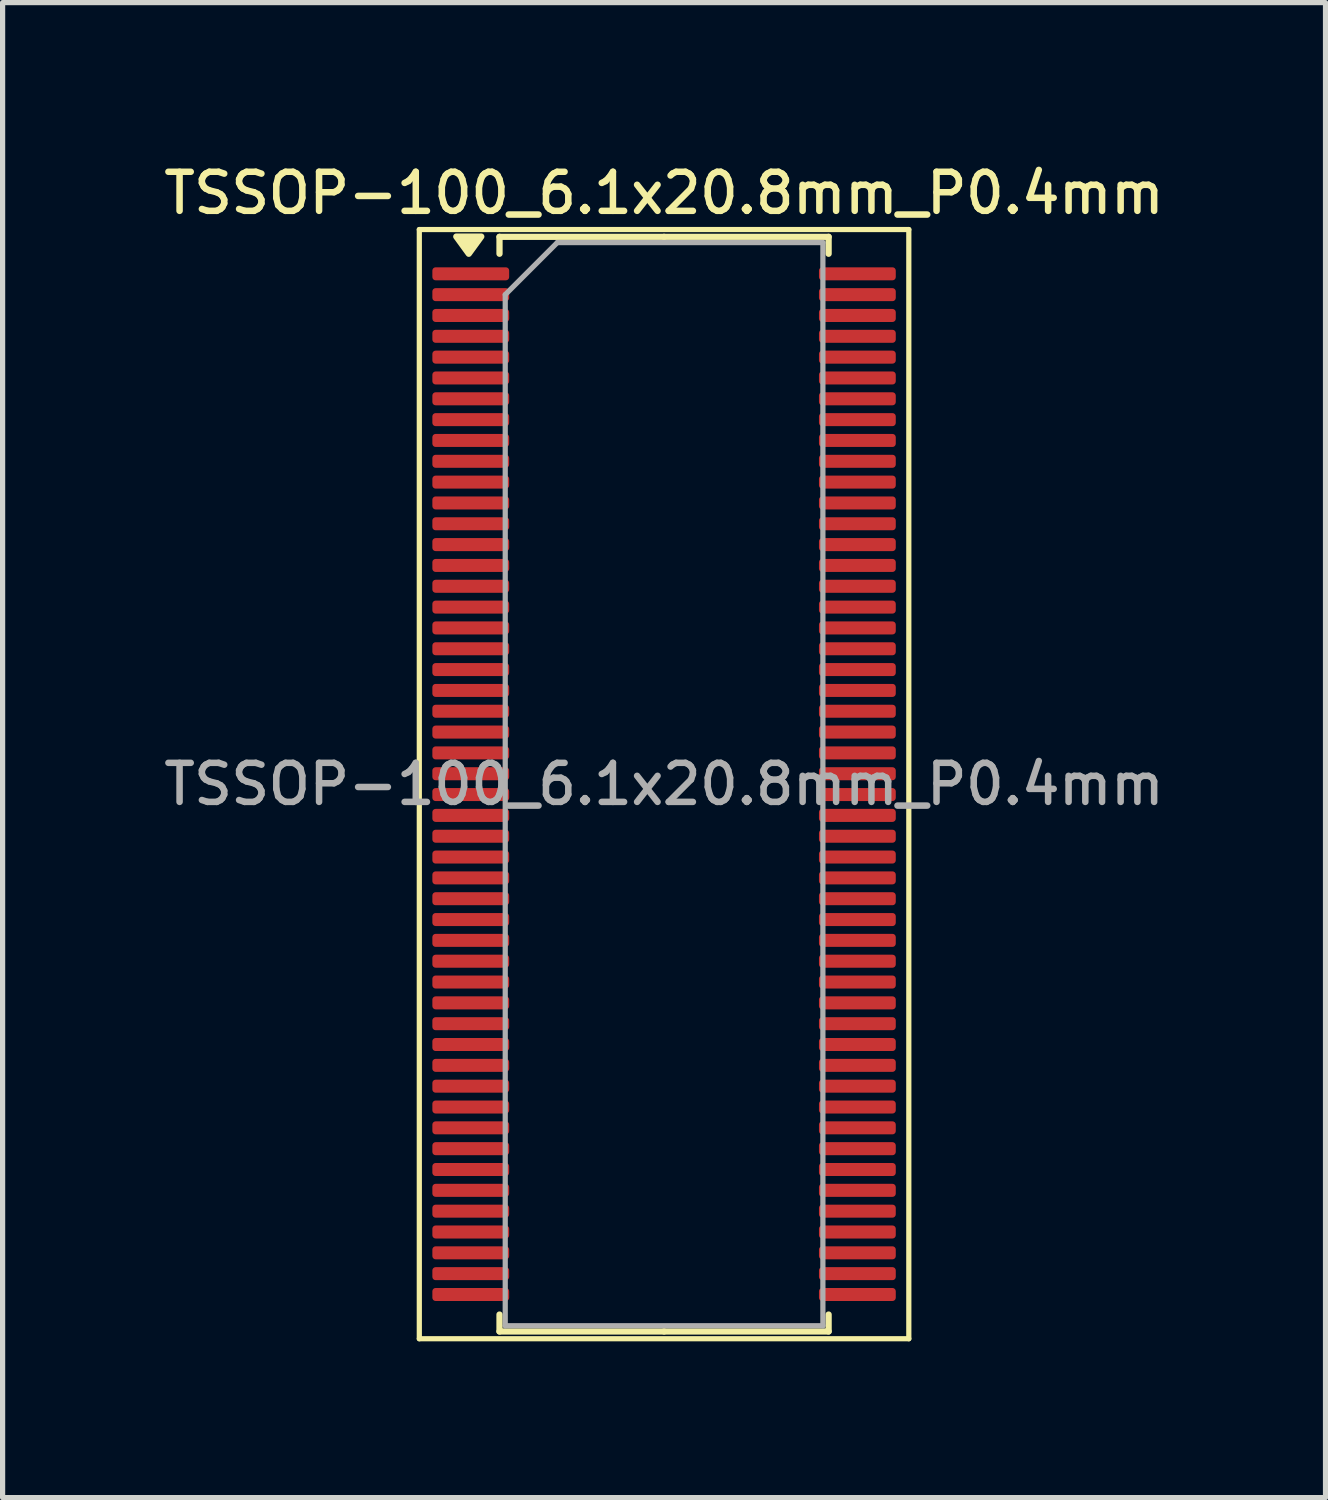
<source format=kicad_pcb>
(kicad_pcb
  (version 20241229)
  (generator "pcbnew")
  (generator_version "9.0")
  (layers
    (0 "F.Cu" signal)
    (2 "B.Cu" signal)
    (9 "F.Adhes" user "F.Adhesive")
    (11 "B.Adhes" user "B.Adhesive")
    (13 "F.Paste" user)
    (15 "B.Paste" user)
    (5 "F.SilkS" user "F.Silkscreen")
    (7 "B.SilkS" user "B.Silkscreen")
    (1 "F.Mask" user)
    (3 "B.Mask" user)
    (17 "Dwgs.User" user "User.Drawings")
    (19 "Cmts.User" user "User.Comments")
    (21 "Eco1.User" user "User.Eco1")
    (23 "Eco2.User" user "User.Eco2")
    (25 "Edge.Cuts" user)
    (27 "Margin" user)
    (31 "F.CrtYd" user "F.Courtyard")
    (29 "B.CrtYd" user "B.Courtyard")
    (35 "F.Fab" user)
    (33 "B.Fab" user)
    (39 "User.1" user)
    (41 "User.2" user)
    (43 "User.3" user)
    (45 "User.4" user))
  (footprint "TSSOP-100_6.1x20.8mm_P0.4mm"
    (layer "F.Cu")
    (at 9.702 12.008)
    (property "Reference" "TSSOP-100_6.1x20.8mm_P0.4mm" (at 0 -11.35 0) (layer "F.SilkS") (effects (font (size 0.75 0.75) (thickness 0.125))))
    (attr smd)
    (fp_line (start -4.7 -10.65) (end -4.7 10.65) (stroke (width 0.1) (type solid)) (layer "F.SilkS"))
    (fp_line (start -4.7 10.65) (end 4.7 10.65) (stroke (width 0.1) (type solid)) (layer "F.SilkS"))
    (fp_line (start -3.16 -10.51) (end -3.16 -10.185) (stroke (width 0.12) (type solid)) (layer "F.SilkS"))
    (fp_line (start -3.16 10.51) (end -3.16 10.185) (stroke (width 0.12) (type solid)) (layer "F.SilkS"))
    (fp_line (start 0 -10.51) (end -3.16 -10.51) (stroke (width 0.12) (type solid)) (layer "F.SilkS"))
    (fp_line (start 0 -10.51) (end 3.16 -10.51) (stroke (width 0.12) (type solid)) (layer "F.SilkS"))
    (fp_line (start 0 10.51) (end -3.16 10.51) (stroke (width 0.12) (type solid)) (layer "F.SilkS"))
    (fp_line (start 0 10.51) (end 3.16 10.51) (stroke (width 0.12) (type solid)) (layer "F.SilkS"))
    (fp_line (start 3.16 -10.51) (end 3.16 -10.185) (stroke (width 0.12) (type solid)) (layer "F.SilkS"))
    (fp_line (start 3.16 10.51) (end 3.16 10.185) (stroke (width 0.12) (type solid)) (layer "F.SilkS"))
    (fp_line (start 4.7 -10.65) (end -4.7 -10.65) (stroke (width 0.1) (type solid)) (layer "F.SilkS"))
    (fp_line (start 4.7 10.65) (end 4.7 -10.65) (stroke (width 0.1) (type solid)) (layer "F.SilkS"))
    (fp_poly (pts (xy -3.75 -10.185) (xy -3.99 -10.515) (xy -3.51 -10.515) (xy -3.75 -10.185)) (stroke (width 0.12) (type solid)) (fill yes) (layer "F.SilkS"))
    (fp_line (start -3.05 -9.4) (end -2.05 -10.4) (stroke (width 0.1) (type solid)) (layer "F.Fab"))
    (fp_line (start -3.05 10.4) (end -3.05 -9.4) (stroke (width 0.1) (type solid)) (layer "F.Fab"))
    (fp_line (start -2.05 -10.4) (end 3.05 -10.4) (stroke (width 0.1) (type solid)) (layer "F.Fab"))
    (fp_line (start 3.05 -10.4) (end 3.05 10.4) (stroke (width 0.1) (type solid)) (layer "F.Fab"))
    (fp_line (start 3.05 10.4) (end -3.05 10.4) (stroke (width 0.1) (type solid)) (layer "F.Fab"))
    (fp_text user "${REFERENCE}" (at 0 0 0) (layer "F.Fab") (effects (font (size 0.75 0.75) (thickness 0.125))))
    (pad "1" smd roundrect (at -3.712 -9.8) (size 1.475 0.25) (layers "F.Cu" "F.Mask" "F.Paste") (roundrect_rratio 0.25))
    (pad "2" smd roundrect (at -3.712 -9.4) (size 1.475 0.25) (layers "F.Cu" "F.Mask" "F.Paste") (roundrect_rratio 0.25))
    (pad "3" smd roundrect (at -3.712 -9) (size 1.475 0.25) (layers "F.Cu" "F.Mask" "F.Paste") (roundrect_rratio 0.25))
    (pad "4" smd roundrect (at -3.712 -8.6) (size 1.475 0.25) (layers "F.Cu" "F.Mask" "F.Paste") (roundrect_rratio 0.25))
    (pad "5" smd roundrect (at -3.712 -8.2) (size 1.475 0.25) (layers "F.Cu" "F.Mask" "F.Paste") (roundrect_rratio 0.25))
    (pad "6" smd roundrect (at -3.712 -7.8) (size 1.475 0.25) (layers "F.Cu" "F.Mask" "F.Paste") (roundrect_rratio 0.25))
    (pad "7" smd roundrect (at -3.712 -7.4) (size 1.475 0.25) (layers "F.Cu" "F.Mask" "F.Paste") (roundrect_rratio 0.25))
    (pad "8" smd roundrect (at -3.712 -7) (size 1.475 0.25) (layers "F.Cu" "F.Mask" "F.Paste") (roundrect_rratio 0.25))
    (pad "9" smd roundrect (at -3.712 -6.6) (size 1.475 0.25) (layers "F.Cu" "F.Mask" "F.Paste") (roundrect_rratio 0.25))
    (pad "10" smd roundrect (at -3.712 -6.2) (size 1.475 0.25) (layers "F.Cu" "F.Mask" "F.Paste") (roundrect_rratio 0.25))
    (pad "11" smd roundrect (at -3.712 -5.8) (size 1.475 0.25) (layers "F.Cu" "F.Mask" "F.Paste") (roundrect_rratio 0.25))
    (pad "12" smd roundrect (at -3.712 -5.4) (size 1.475 0.25) (layers "F.Cu" "F.Mask" "F.Paste") (roundrect_rratio 0.25))
    (pad "13" smd roundrect (at -3.712 -5) (size 1.475 0.25) (layers "F.Cu" "F.Mask" "F.Paste") (roundrect_rratio 0.25))
    (pad "14" smd roundrect (at -3.712 -4.6) (size 1.475 0.25) (layers "F.Cu" "F.Mask" "F.Paste") (roundrect_rratio 0.25))
    (pad "15" smd roundrect (at -3.712 -4.2) (size 1.475 0.25) (layers "F.Cu" "F.Mask" "F.Paste") (roundrect_rratio 0.25))
    (pad "16" smd roundrect (at -3.712 -3.8) (size 1.475 0.25) (layers "F.Cu" "F.Mask" "F.Paste") (roundrect_rratio 0.25))
    (pad "17" smd roundrect (at -3.712 -3.4) (size 1.475 0.25) (layers "F.Cu" "F.Mask" "F.Paste") (roundrect_rratio 0.25))
    (pad "18" smd roundrect (at -3.712 -3) (size 1.475 0.25) (layers "F.Cu" "F.Mask" "F.Paste") (roundrect_rratio 0.25))
    (pad "19" smd roundrect (at -3.712 -2.6) (size 1.475 0.25) (layers "F.Cu" "F.Mask" "F.Paste") (roundrect_rratio 0.25))
    (pad "20" smd roundrect (at -3.712 -2.2) (size 1.475 0.25) (layers "F.Cu" "F.Mask" "F.Paste") (roundrect_rratio 0.25))
    (pad "21" smd roundrect (at -3.712 -1.8) (size 1.475 0.25) (layers "F.Cu" "F.Mask" "F.Paste") (roundrect_rratio 0.25))
    (pad "22" smd roundrect (at -3.712 -1.4) (size 1.475 0.25) (layers "F.Cu" "F.Mask" "F.Paste") (roundrect_rratio 0.25))
    (pad "23" smd roundrect (at -3.712 -1) (size 1.475 0.25) (layers "F.Cu" "F.Mask" "F.Paste") (roundrect_rratio 0.25))
    (pad "24" smd roundrect (at -3.712 -0.6) (size 1.475 0.25) (layers "F.Cu" "F.Mask" "F.Paste") (roundrect_rratio 0.25))
    (pad "25" smd roundrect (at -3.712 -0.2) (size 1.475 0.25) (layers "F.Cu" "F.Mask" "F.Paste") (roundrect_rratio 0.25))
    (pad "26" smd roundrect (at -3.712 0.2) (size 1.475 0.25) (layers "F.Cu" "F.Mask" "F.Paste") (roundrect_rratio 0.25))
    (pad "27" smd roundrect (at -3.712 0.6) (size 1.475 0.25) (layers "F.Cu" "F.Mask" "F.Paste") (roundrect_rratio 0.25))
    (pad "28" smd roundrect (at -3.712 1) (size 1.475 0.25) (layers "F.Cu" "F.Mask" "F.Paste") (roundrect_rratio 0.25))
    (pad "29" smd roundrect (at -3.712 1.4) (size 1.475 0.25) (layers "F.Cu" "F.Mask" "F.Paste") (roundrect_rratio 0.25))
    (pad "30" smd roundrect (at -3.712 1.8) (size 1.475 0.25) (layers "F.Cu" "F.Mask" "F.Paste") (roundrect_rratio 0.25))
    (pad "31" smd roundrect (at -3.712 2.2) (size 1.475 0.25) (layers "F.Cu" "F.Mask" "F.Paste") (roundrect_rratio 0.25))
    (pad "32" smd roundrect (at -3.712 2.6) (size 1.475 0.25) (layers "F.Cu" "F.Mask" "F.Paste") (roundrect_rratio 0.25))
    (pad "33" smd roundrect (at -3.712 3) (size 1.475 0.25) (layers "F.Cu" "F.Mask" "F.Paste") (roundrect_rratio 0.25))
    (pad "34" smd roundrect (at -3.712 3.4) (size 1.475 0.25) (layers "F.Cu" "F.Mask" "F.Paste") (roundrect_rratio 0.25))
    (pad "35" smd roundrect (at -3.712 3.8) (size 1.475 0.25) (layers "F.Cu" "F.Mask" "F.Paste") (roundrect_rratio 0.25))
    (pad "36" smd roundrect (at -3.712 4.2) (size 1.475 0.25) (layers "F.Cu" "F.Mask" "F.Paste") (roundrect_rratio 0.25))
    (pad "37" smd roundrect (at -3.712 4.6) (size 1.475 0.25) (layers "F.Cu" "F.Mask" "F.Paste") (roundrect_rratio 0.25))
    (pad "38" smd roundrect (at -3.712 5) (size 1.475 0.25) (layers "F.Cu" "F.Mask" "F.Paste") (roundrect_rratio 0.25))
    (pad "39" smd roundrect (at -3.712 5.4) (size 1.475 0.25) (layers "F.Cu" "F.Mask" "F.Paste") (roundrect_rratio 0.25))
    (pad "40" smd roundrect (at -3.712 5.8) (size 1.475 0.25) (layers "F.Cu" "F.Mask" "F.Paste") (roundrect_rratio 0.25))
    (pad "41" smd roundrect (at -3.712 6.2) (size 1.475 0.25) (layers "F.Cu" "F.Mask" "F.Paste") (roundrect_rratio 0.25))
    (pad "42" smd roundrect (at -3.712 6.6) (size 1.475 0.25) (layers "F.Cu" "F.Mask" "F.Paste") (roundrect_rratio 0.25))
    (pad "43" smd roundrect (at -3.712 7) (size 1.475 0.25) (layers "F.Cu" "F.Mask" "F.Paste") (roundrect_rratio 0.25))
    (pad "44" smd roundrect (at -3.712 7.4) (size 1.475 0.25) (layers "F.Cu" "F.Mask" "F.Paste") (roundrect_rratio 0.25))
    (pad "45" smd roundrect (at -3.712 7.8) (size 1.475 0.25) (layers "F.Cu" "F.Mask" "F.Paste") (roundrect_rratio 0.25))
    (pad "46" smd roundrect (at -3.712 8.2) (size 1.475 0.25) (layers "F.Cu" "F.Mask" "F.Paste") (roundrect_rratio 0.25))
    (pad "47" smd roundrect (at -3.712 8.6) (size 1.475 0.25) (layers "F.Cu" "F.Mask" "F.Paste") (roundrect_rratio 0.25))
    (pad "48" smd roundrect (at -3.712 9) (size 1.475 0.25) (layers "F.Cu" "F.Mask" "F.Paste") (roundrect_rratio 0.25))
    (pad "49" smd roundrect (at -3.712 9.4) (size 1.475 0.25) (layers "F.Cu" "F.Mask" "F.Paste") (roundrect_rratio 0.25))
    (pad "50" smd roundrect (at -3.712 9.8) (size 1.475 0.25) (layers "F.Cu" "F.Mask" "F.Paste") (roundrect_rratio 0.25))
    (pad "51" smd roundrect (at 3.712 9.8) (size 1.475 0.25) (layers "F.Cu" "F.Mask" "F.Paste") (roundrect_rratio 0.25))
    (pad "52" smd roundrect (at 3.712 9.4) (size 1.475 0.25) (layers "F.Cu" "F.Mask" "F.Paste") (roundrect_rratio 0.25))
    (pad "53" smd roundrect (at 3.712 9) (size 1.475 0.25) (layers "F.Cu" "F.Mask" "F.Paste") (roundrect_rratio 0.25))
    (pad "54" smd roundrect (at 3.712 8.6) (size 1.475 0.25) (layers "F.Cu" "F.Mask" "F.Paste") (roundrect_rratio 0.25))
    (pad "55" smd roundrect (at 3.712 8.2) (size 1.475 0.25) (layers "F.Cu" "F.Mask" "F.Paste") (roundrect_rratio 0.25))
    (pad "56" smd roundrect (at 3.712 7.8) (size 1.475 0.25) (layers "F.Cu" "F.Mask" "F.Paste") (roundrect_rratio 0.25))
    (pad "57" smd roundrect (at 3.712 7.4) (size 1.475 0.25) (layers "F.Cu" "F.Mask" "F.Paste") (roundrect_rratio 0.25))
    (pad "58" smd roundrect (at 3.712 7) (size 1.475 0.25) (layers "F.Cu" "F.Mask" "F.Paste") (roundrect_rratio 0.25))
    (pad "59" smd roundrect (at 3.712 6.6) (size 1.475 0.25) (layers "F.Cu" "F.Mask" "F.Paste") (roundrect_rratio 0.25))
    (pad "60" smd roundrect (at 3.712 6.2) (size 1.475 0.25) (layers "F.Cu" "F.Mask" "F.Paste") (roundrect_rratio 0.25))
    (pad "61" smd roundrect (at 3.712 5.8) (size 1.475 0.25) (layers "F.Cu" "F.Mask" "F.Paste") (roundrect_rratio 0.25))
    (pad "62" smd roundrect (at 3.712 5.4) (size 1.475 0.25) (layers "F.Cu" "F.Mask" "F.Paste") (roundrect_rratio 0.25))
    (pad "63" smd roundrect (at 3.712 5) (size 1.475 0.25) (layers "F.Cu" "F.Mask" "F.Paste") (roundrect_rratio 0.25))
    (pad "64" smd roundrect (at 3.712 4.6) (size 1.475 0.25) (layers "F.Cu" "F.Mask" "F.Paste") (roundrect_rratio 0.25))
    (pad "65" smd roundrect (at 3.712 4.2) (size 1.475 0.25) (layers "F.Cu" "F.Mask" "F.Paste") (roundrect_rratio 0.25))
    (pad "66" smd roundrect (at 3.712 3.8) (size 1.475 0.25) (layers "F.Cu" "F.Mask" "F.Paste") (roundrect_rratio 0.25))
    (pad "67" smd roundrect (at 3.712 3.4) (size 1.475 0.25) (layers "F.Cu" "F.Mask" "F.Paste") (roundrect_rratio 0.25))
    (pad "68" smd roundrect (at 3.712 3) (size 1.475 0.25) (layers "F.Cu" "F.Mask" "F.Paste") (roundrect_rratio 0.25))
    (pad "69" smd roundrect (at 3.712 2.6) (size 1.475 0.25) (layers "F.Cu" "F.Mask" "F.Paste") (roundrect_rratio 0.25))
    (pad "70" smd roundrect (at 3.712 2.2) (size 1.475 0.25) (layers "F.Cu" "F.Mask" "F.Paste") (roundrect_rratio 0.25))
    (pad "71" smd roundrect (at 3.712 1.8) (size 1.475 0.25) (layers "F.Cu" "F.Mask" "F.Paste") (roundrect_rratio 0.25))
    (pad "72" smd roundrect (at 3.712 1.4) (size 1.475 0.25) (layers "F.Cu" "F.Mask" "F.Paste") (roundrect_rratio 0.25))
    (pad "73" smd roundrect (at 3.712 1) (size 1.475 0.25) (layers "F.Cu" "F.Mask" "F.Paste") (roundrect_rratio 0.25))
    (pad "74" smd roundrect (at 3.712 0.6) (size 1.475 0.25) (layers "F.Cu" "F.Mask" "F.Paste") (roundrect_rratio 0.25))
    (pad "75" smd roundrect (at 3.712 0.2) (size 1.475 0.25) (layers "F.Cu" "F.Mask" "F.Paste") (roundrect_rratio 0.25))
    (pad "76" smd roundrect (at 3.712 -0.2) (size 1.475 0.25) (layers "F.Cu" "F.Mask" "F.Paste") (roundrect_rratio 0.25))
    (pad "77" smd roundrect (at 3.712 -0.6) (size 1.475 0.25) (layers "F.Cu" "F.Mask" "F.Paste") (roundrect_rratio 0.25))
    (pad "78" smd roundrect (at 3.712 -1) (size 1.475 0.25) (layers "F.Cu" "F.Mask" "F.Paste") (roundrect_rratio 0.25))
    (pad "79" smd roundrect (at 3.712 -1.4) (size 1.475 0.25) (layers "F.Cu" "F.Mask" "F.Paste") (roundrect_rratio 0.25))
    (pad "80" smd roundrect (at 3.712 -1.8) (size 1.475 0.25) (layers "F.Cu" "F.Mask" "F.Paste") (roundrect_rratio 0.25))
    (pad "81" smd roundrect (at 3.712 -2.2) (size 1.475 0.25) (layers "F.Cu" "F.Mask" "F.Paste") (roundrect_rratio 0.25))
    (pad "82" smd roundrect (at 3.712 -2.6) (size 1.475 0.25) (layers "F.Cu" "F.Mask" "F.Paste") (roundrect_rratio 0.25))
    (pad "83" smd roundrect (at 3.712 -3) (size 1.475 0.25) (layers "F.Cu" "F.Mask" "F.Paste") (roundrect_rratio 0.25))
    (pad "84" smd roundrect (at 3.712 -3.4) (size 1.475 0.25) (layers "F.Cu" "F.Mask" "F.Paste") (roundrect_rratio 0.25))
    (pad "85" smd roundrect (at 3.712 -3.8) (size 1.475 0.25) (layers "F.Cu" "F.Mask" "F.Paste") (roundrect_rratio 0.25))
    (pad "86" smd roundrect (at 3.712 -4.2) (size 1.475 0.25) (layers "F.Cu" "F.Mask" "F.Paste") (roundrect_rratio 0.25))
    (pad "87" smd roundrect (at 3.712 -4.6) (size 1.475 0.25) (layers "F.Cu" "F.Mask" "F.Paste") (roundrect_rratio 0.25))
    (pad "88" smd roundrect (at 3.712 -5) (size 1.475 0.25) (layers "F.Cu" "F.Mask" "F.Paste") (roundrect_rratio 0.25))
    (pad "89" smd roundrect (at 3.712 -5.4) (size 1.475 0.25) (layers "F.Cu" "F.Mask" "F.Paste") (roundrect_rratio 0.25))
    (pad "90" smd roundrect (at 3.712 -5.8) (size 1.475 0.25) (layers "F.Cu" "F.Mask" "F.Paste") (roundrect_rratio 0.25))
    (pad "91" smd roundrect (at 3.712 -6.2) (size 1.475 0.25) (layers "F.Cu" "F.Mask" "F.Paste") (roundrect_rratio 0.25))
    (pad "92" smd roundrect (at 3.712 -6.6) (size 1.475 0.25) (layers "F.Cu" "F.Mask" "F.Paste") (roundrect_rratio 0.25))
    (pad "93" smd roundrect (at 3.712 -7) (size 1.475 0.25) (layers "F.Cu" "F.Mask" "F.Paste") (roundrect_rratio 0.25))
    (pad "94" smd roundrect (at 3.712 -7.4) (size 1.475 0.25) (layers "F.Cu" "F.Mask" "F.Paste") (roundrect_rratio 0.25))
    (pad "95" smd roundrect (at 3.712 -7.8) (size 1.475 0.25) (layers "F.Cu" "F.Mask" "F.Paste") (roundrect_rratio 0.25))
    (pad "96" smd roundrect (at 3.712 -8.2) (size 1.475 0.25) (layers "F.Cu" "F.Mask" "F.Paste") (roundrect_rratio 0.25))
    (pad "97" smd roundrect (at 3.712 -8.6) (size 1.475 0.25) (layers "F.Cu" "F.Mask" "F.Paste") (roundrect_rratio 0.25))
    (pad "98" smd roundrect (at 3.712 -9) (size 1.475 0.25) (layers "F.Cu" "F.Mask" "F.Paste") (roundrect_rratio 0.25))
    (pad "99" smd roundrect (at 3.712 -9.4) (size 1.475 0.25) (layers "F.Cu" "F.Mask" "F.Paste") (roundrect_rratio 0.25))
    (pad "100" smd roundrect (at 3.712 -9.8) (size 1.475 0.25) (layers "F.Cu" "F.Mask" "F.Paste") (roundrect_rratio 0.25)))
  (gr_rect
    (start -3 -3)
    (end 22.404 25.708)
    (stroke (width 0.1) (type default))
    (fill no)
    (layer "Edge.Cuts")))
</source>
